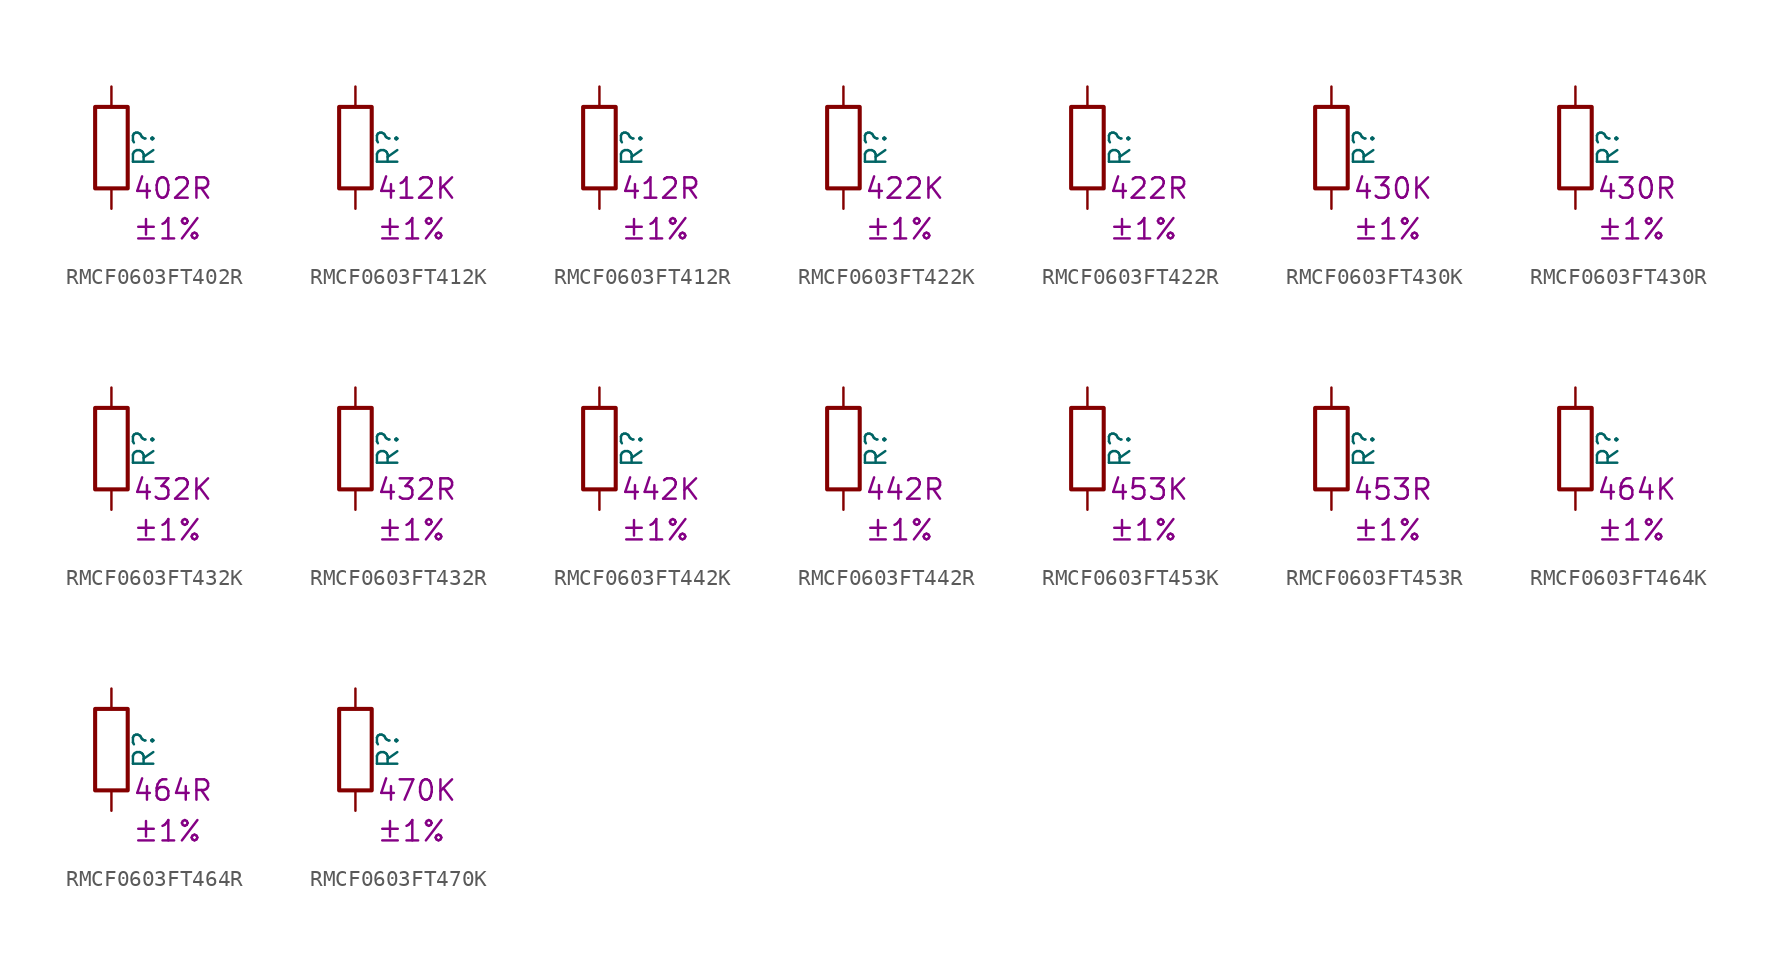
<source format=kicad_sym>
(kicad_symbol_lib
  (version 20220914)
  (generator kicad_symbol_editor)
  (symbol "RMCF0603FT402R"
    (pin_numbers hide)
    (pin_names
      (offset 0))
    (property "Reference" "R"
      (at 2.032 0 90)
      (effects (font (size 1.27 1.27))))
    (property "Resistance" "402R"
      (at 1.27 -2.54 0)
      (effects (font (size 1.27 1.27)) (justify left)))
    (property "Tolerance" "±1%"
      (at 1.27 -5.08 0)
      (effects (font (size 1.27 1.27)) (justify left)))
    (symbol "RMCF0603FT402R_0_1"
      (rectangle (start -1.016 -2.54) (end 1.016 2.54) (stroke (width 0.254) (type default)) (fill (type none))))
    (symbol "RMCF0603FT402R_1_1"
      (pin passive line (at 0 3.81 270) (length 1.27) (name "~" (effects (font (size 1.27 1.27)))) (number "1" (effects (font (size 1.27 1.27)))))
      (pin passive line (at 0 -3.81 90) (length 1.27) (name "~" (effects (font (size 1.27 1.27)))) (number "2" (effects (font (size 1.27 1.27)))))))
  (symbol "RMCF0603FT412K"
    (pin_numbers hide)
    (pin_names
      (offset 0))
    (property "Reference" "R"
      (at 2.032 0 90)
      (effects (font (size 1.27 1.27))))
    (property "Resistance" "412K"
      (at 1.27 -2.54 0)
      (effects (font (size 1.27 1.27)) (justify left)))
    (property "Tolerance" "±1%"
      (at 1.27 -5.08 0)
      (effects (font (size 1.27 1.27)) (justify left)))
    (symbol "RMCF0603FT412K_0_1"
      (rectangle (start -1.016 -2.54) (end 1.016 2.54) (stroke (width 0.254) (type default)) (fill (type none))))
    (symbol "RMCF0603FT412K_1_1"
      (pin passive line (at 0 3.81 270) (length 1.27) (name "~" (effects (font (size 1.27 1.27)))) (number "1" (effects (font (size 1.27 1.27)))))
      (pin passive line (at 0 -3.81 90) (length 1.27) (name "~" (effects (font (size 1.27 1.27)))) (number "2" (effects (font (size 1.27 1.27)))))))
  (symbol "RMCF0603FT412R"
    (pin_numbers hide)
    (pin_names
      (offset 0))
    (property "Reference" "R"
      (at 2.032 0 90)
      (effects (font (size 1.27 1.27))))
    (property "Resistance" "412R"
      (at 1.27 -2.54 0)
      (effects (font (size 1.27 1.27)) (justify left)))
    (property "Tolerance" "±1%"
      (at 1.27 -5.08 0)
      (effects (font (size 1.27 1.27)) (justify left)))
    (symbol "RMCF0603FT412R_0_1"
      (rectangle (start -1.016 -2.54) (end 1.016 2.54) (stroke (width 0.254) (type default)) (fill (type none))))
    (symbol "RMCF0603FT412R_1_1"
      (pin passive line (at 0 3.81 270) (length 1.27) (name "~" (effects (font (size 1.27 1.27)))) (number "1" (effects (font (size 1.27 1.27)))))
      (pin passive line (at 0 -3.81 90) (length 1.27) (name "~" (effects (font (size 1.27 1.27)))) (number "2" (effects (font (size 1.27 1.27)))))))
  (symbol "RMCF0603FT422K"
    (pin_numbers hide)
    (pin_names
      (offset 0))
    (property "Reference" "R"
      (at 2.032 0 90)
      (effects (font (size 1.27 1.27))))
    (property "Resistance" "422K"
      (at 1.27 -2.54 0)
      (effects (font (size 1.27 1.27)) (justify left)))
    (property "Tolerance" "±1%"
      (at 1.27 -5.08 0)
      (effects (font (size 1.27 1.27)) (justify left)))
    (symbol "RMCF0603FT422K_0_1"
      (rectangle (start -1.016 -2.54) (end 1.016 2.54) (stroke (width 0.254) (type default)) (fill (type none))))
    (symbol "RMCF0603FT422K_1_1"
      (pin passive line (at 0 3.81 270) (length 1.27) (name "~" (effects (font (size 1.27 1.27)))) (number "1" (effects (font (size 1.27 1.27)))))
      (pin passive line (at 0 -3.81 90) (length 1.27) (name "~" (effects (font (size 1.27 1.27)))) (number "2" (effects (font (size 1.27 1.27)))))))
  (symbol "RMCF0603FT422R"
    (pin_numbers hide)
    (pin_names
      (offset 0))
    (property "Reference" "R"
      (at 2.032 0 90)
      (effects (font (size 1.27 1.27))))
    (property "Resistance" "422R"
      (at 1.27 -2.54 0)
      (effects (font (size 1.27 1.27)) (justify left)))
    (property "Tolerance" "±1%"
      (at 1.27 -5.08 0)
      (effects (font (size 1.27 1.27)) (justify left)))
    (symbol "RMCF0603FT422R_0_1"
      (rectangle (start -1.016 -2.54) (end 1.016 2.54) (stroke (width 0.254) (type default)) (fill (type none))))
    (symbol "RMCF0603FT422R_1_1"
      (pin passive line (at 0 3.81 270) (length 1.27) (name "~" (effects (font (size 1.27 1.27)))) (number "1" (effects (font (size 1.27 1.27)))))
      (pin passive line (at 0 -3.81 90) (length 1.27) (name "~" (effects (font (size 1.27 1.27)))) (number "2" (effects (font (size 1.27 1.27)))))))
  (symbol "RMCF0603FT430K"
    (pin_numbers hide)
    (pin_names
      (offset 0))
    (property "Reference" "R"
      (at 2.032 0 90)
      (effects (font (size 1.27 1.27))))
    (property "Resistance" "430K"
      (at 1.27 -2.54 0)
      (effects (font (size 1.27 1.27)) (justify left)))
    (property "Tolerance" "±1%"
      (at 1.27 -5.08 0)
      (effects (font (size 1.27 1.27)) (justify left)))
    (symbol "RMCF0603FT430K_0_1"
      (rectangle (start -1.016 -2.54) (end 1.016 2.54) (stroke (width 0.254) (type default)) (fill (type none))))
    (symbol "RMCF0603FT430K_1_1"
      (pin passive line (at 0 3.81 270) (length 1.27) (name "~" (effects (font (size 1.27 1.27)))) (number "1" (effects (font (size 1.27 1.27)))))
      (pin passive line (at 0 -3.81 90) (length 1.27) (name "~" (effects (font (size 1.27 1.27)))) (number "2" (effects (font (size 1.27 1.27)))))))
  (symbol "RMCF0603FT430R"
    (pin_numbers hide)
    (pin_names
      (offset 0))
    (property "Reference" "R"
      (at 2.032 0 90)
      (effects (font (size 1.27 1.27))))
    (property "Resistance" "430R"
      (at 1.27 -2.54 0)
      (effects (font (size 1.27 1.27)) (justify left)))
    (property "Tolerance" "±1%"
      (at 1.27 -5.08 0)
      (effects (font (size 1.27 1.27)) (justify left)))
    (symbol "RMCF0603FT430R_0_1"
      (rectangle (start -1.016 -2.54) (end 1.016 2.54) (stroke (width 0.254) (type default)) (fill (type none))))
    (symbol "RMCF0603FT430R_1_1"
      (pin passive line (at 0 3.81 270) (length 1.27) (name "~" (effects (font (size 1.27 1.27)))) (number "1" (effects (font (size 1.27 1.27)))))
      (pin passive line (at 0 -3.81 90) (length 1.27) (name "~" (effects (font (size 1.27 1.27)))) (number "2" (effects (font (size 1.27 1.27)))))))
  (symbol "RMCF0603FT432K"
    (pin_numbers hide)
    (pin_names
      (offset 0))
    (property "Reference" "R"
      (at 2.032 0 90)
      (effects (font (size 1.27 1.27))))
    (property "Resistance" "432K"
      (at 1.27 -2.54 0)
      (effects (font (size 1.27 1.27)) (justify left)))
    (property "Tolerance" "±1%"
      (at 1.27 -5.08 0)
      (effects (font (size 1.27 1.27)) (justify left)))
    (symbol "RMCF0603FT432K_0_1"
      (rectangle (start -1.016 -2.54) (end 1.016 2.54) (stroke (width 0.254) (type default)) (fill (type none))))
    (symbol "RMCF0603FT432K_1_1"
      (pin passive line (at 0 3.81 270) (length 1.27) (name "~" (effects (font (size 1.27 1.27)))) (number "1" (effects (font (size 1.27 1.27)))))
      (pin passive line (at 0 -3.81 90) (length 1.27) (name "~" (effects (font (size 1.27 1.27)))) (number "2" (effects (font (size 1.27 1.27)))))))
  (symbol "RMCF0603FT432R"
    (pin_numbers hide)
    (pin_names
      (offset 0))
    (property "Reference" "R"
      (at 2.032 0 90)
      (effects (font (size 1.27 1.27))))
    (property "Resistance" "432R"
      (at 1.27 -2.54 0)
      (effects (font (size 1.27 1.27)) (justify left)))
    (property "Tolerance" "±1%"
      (at 1.27 -5.08 0)
      (effects (font (size 1.27 1.27)) (justify left)))
    (symbol "RMCF0603FT432R_0_1"
      (rectangle (start -1.016 -2.54) (end 1.016 2.54) (stroke (width 0.254) (type default)) (fill (type none))))
    (symbol "RMCF0603FT432R_1_1"
      (pin passive line (at 0 3.81 270) (length 1.27) (name "~" (effects (font (size 1.27 1.27)))) (number "1" (effects (font (size 1.27 1.27)))))
      (pin passive line (at 0 -3.81 90) (length 1.27) (name "~" (effects (font (size 1.27 1.27)))) (number "2" (effects (font (size 1.27 1.27)))))))
  (symbol "RMCF0603FT442K"
    (pin_numbers hide)
    (pin_names
      (offset 0))
    (property "Reference" "R"
      (at 2.032 0 90)
      (effects (font (size 1.27 1.27))))
    (property "Resistance" "442K"
      (at 1.27 -2.54 0)
      (effects (font (size 1.27 1.27)) (justify left)))
    (property "Tolerance" "±1%"
      (at 1.27 -5.08 0)
      (effects (font (size 1.27 1.27)) (justify left)))
    (symbol "RMCF0603FT442K_0_1"
      (rectangle (start -1.016 -2.54) (end 1.016 2.54) (stroke (width 0.254) (type default)) (fill (type none))))
    (symbol "RMCF0603FT442K_1_1"
      (pin passive line (at 0 3.81 270) (length 1.27) (name "~" (effects (font (size 1.27 1.27)))) (number "1" (effects (font (size 1.27 1.27)))))
      (pin passive line (at 0 -3.81 90) (length 1.27) (name "~" (effects (font (size 1.27 1.27)))) (number "2" (effects (font (size 1.27 1.27)))))))
  (symbol "RMCF0603FT442R"
    (pin_numbers hide)
    (pin_names
      (offset 0))
    (property "Reference" "R"
      (at 2.032 0 90)
      (effects (font (size 1.27 1.27))))
    (property "Resistance" "442R"
      (at 1.27 -2.54 0)
      (effects (font (size 1.27 1.27)) (justify left)))
    (property "Tolerance" "±1%"
      (at 1.27 -5.08 0)
      (effects (font (size 1.27 1.27)) (justify left)))
    (symbol "RMCF0603FT442R_0_1"
      (rectangle (start -1.016 -2.54) (end 1.016 2.54) (stroke (width 0.254) (type default)) (fill (type none))))
    (symbol "RMCF0603FT442R_1_1"
      (pin passive line (at 0 3.81 270) (length 1.27) (name "~" (effects (font (size 1.27 1.27)))) (number "1" (effects (font (size 1.27 1.27)))))
      (pin passive line (at 0 -3.81 90) (length 1.27) (name "~" (effects (font (size 1.27 1.27)))) (number "2" (effects (font (size 1.27 1.27)))))))
  (symbol "RMCF0603FT453K"
    (pin_numbers hide)
    (pin_names
      (offset 0))
    (property "Reference" "R"
      (at 2.032 0 90)
      (effects (font (size 1.27 1.27))))
    (property "Resistance" "453K"
      (at 1.27 -2.54 0)
      (effects (font (size 1.27 1.27)) (justify left)))
    (property "Tolerance" "±1%"
      (at 1.27 -5.08 0)
      (effects (font (size 1.27 1.27)) (justify left)))
    (symbol "RMCF0603FT453K_0_1"
      (rectangle (start -1.016 -2.54) (end 1.016 2.54) (stroke (width 0.254) (type default)) (fill (type none))))
    (symbol "RMCF0603FT453K_1_1"
      (pin passive line (at 0 3.81 270) (length 1.27) (name "~" (effects (font (size 1.27 1.27)))) (number "1" (effects (font (size 1.27 1.27)))))
      (pin passive line (at 0 -3.81 90) (length 1.27) (name "~" (effects (font (size 1.27 1.27)))) (number "2" (effects (font (size 1.27 1.27)))))))
  (symbol "RMCF0603FT453R"
    (pin_numbers hide)
    (pin_names
      (offset 0))
    (property "Reference" "R"
      (at 2.032 0 90)
      (effects (font (size 1.27 1.27))))
    (property "Resistance" "453R"
      (at 1.27 -2.54 0)
      (effects (font (size 1.27 1.27)) (justify left)))
    (property "Tolerance" "±1%"
      (at 1.27 -5.08 0)
      (effects (font (size 1.27 1.27)) (justify left)))
    (symbol "RMCF0603FT453R_0_1"
      (rectangle (start -1.016 -2.54) (end 1.016 2.54) (stroke (width 0.254) (type default)) (fill (type none))))
    (symbol "RMCF0603FT453R_1_1"
      (pin passive line (at 0 3.81 270) (length 1.27) (name "~" (effects (font (size 1.27 1.27)))) (number "1" (effects (font (size 1.27 1.27)))))
      (pin passive line (at 0 -3.81 90) (length 1.27) (name "~" (effects (font (size 1.27 1.27)))) (number "2" (effects (font (size 1.27 1.27)))))))
  (symbol "RMCF0603FT464K"
    (pin_numbers hide)
    (pin_names
      (offset 0))
    (property "Reference" "R"
      (at 2.032 0 90)
      (effects (font (size 1.27 1.27))))
    (property "Resistance" "464K"
      (at 1.27 -2.54 0)
      (effects (font (size 1.27 1.27)) (justify left)))
    (property "Tolerance" "±1%"
      (at 1.27 -5.08 0)
      (effects (font (size 1.27 1.27)) (justify left)))
    (symbol "RMCF0603FT464K_0_1"
      (rectangle (start -1.016 -2.54) (end 1.016 2.54) (stroke (width 0.254) (type default)) (fill (type none))))
    (symbol "RMCF0603FT464K_1_1"
      (pin passive line (at 0 3.81 270) (length 1.27) (name "~" (effects (font (size 1.27 1.27)))) (number "1" (effects (font (size 1.27 1.27)))))
      (pin passive line (at 0 -3.81 90) (length 1.27) (name "~" (effects (font (size 1.27 1.27)))) (number "2" (effects (font (size 1.27 1.27)))))))
  (symbol "RMCF0603FT464R"
    (pin_numbers hide)
    (pin_names
      (offset 0))
    (property "Reference" "R"
      (at 2.032 0 90)
      (effects (font (size 1.27 1.27))))
    (property "Resistance" "464R"
      (at 1.27 -2.54 0)
      (effects (font (size 1.27 1.27)) (justify left)))
    (property "Tolerance" "±1%"
      (at 1.27 -5.08 0)
      (effects (font (size 1.27 1.27)) (justify left)))
    (symbol "RMCF0603FT464R_0_1"
      (rectangle (start -1.016 -2.54) (end 1.016 2.54) (stroke (width 0.254) (type default)) (fill (type none))))
    (symbol "RMCF0603FT464R_1_1"
      (pin passive line (at 0 3.81 270) (length 1.27) (name "~" (effects (font (size 1.27 1.27)))) (number "1" (effects (font (size 1.27 1.27)))))
      (pin passive line (at 0 -3.81 90) (length 1.27) (name "~" (effects (font (size 1.27 1.27)))) (number "2" (effects (font (size 1.27 1.27)))))))
  (symbol "RMCF0603FT470K"
    (pin_numbers hide)
    (pin_names
      (offset 0))
    (property "Reference" "R"
      (at 2.032 0 90)
      (effects (font (size 1.27 1.27))))
    (property "Resistance" "470K"
      (at 1.27 -2.54 0)
      (effects (font (size 1.27 1.27)) (justify left)))
    (property "Tolerance" "±1%"
      (at 1.27 -5.08 0)
      (effects (font (size 1.27 1.27)) (justify left)))
    (symbol "RMCF0603FT470K_0_1"
      (rectangle (start -1.016 -2.54) (end 1.016 2.54) (stroke (width 0.254) (type default)) (fill (type none))))
    (symbol "RMCF0603FT470K_1_1"
      (pin passive line (at 0 3.81 270) (length 1.27) (name "~" (effects (font (size 1.27 1.27)))) (number "1" (effects (font (size 1.27 1.27)))))
      (pin passive line (at 0 -3.81 90) (length 1.27) (name "~" (effects (font (size 1.27 1.27)))) (number "2" (effects (font (size 1.27 1.27))))))))
</source>
